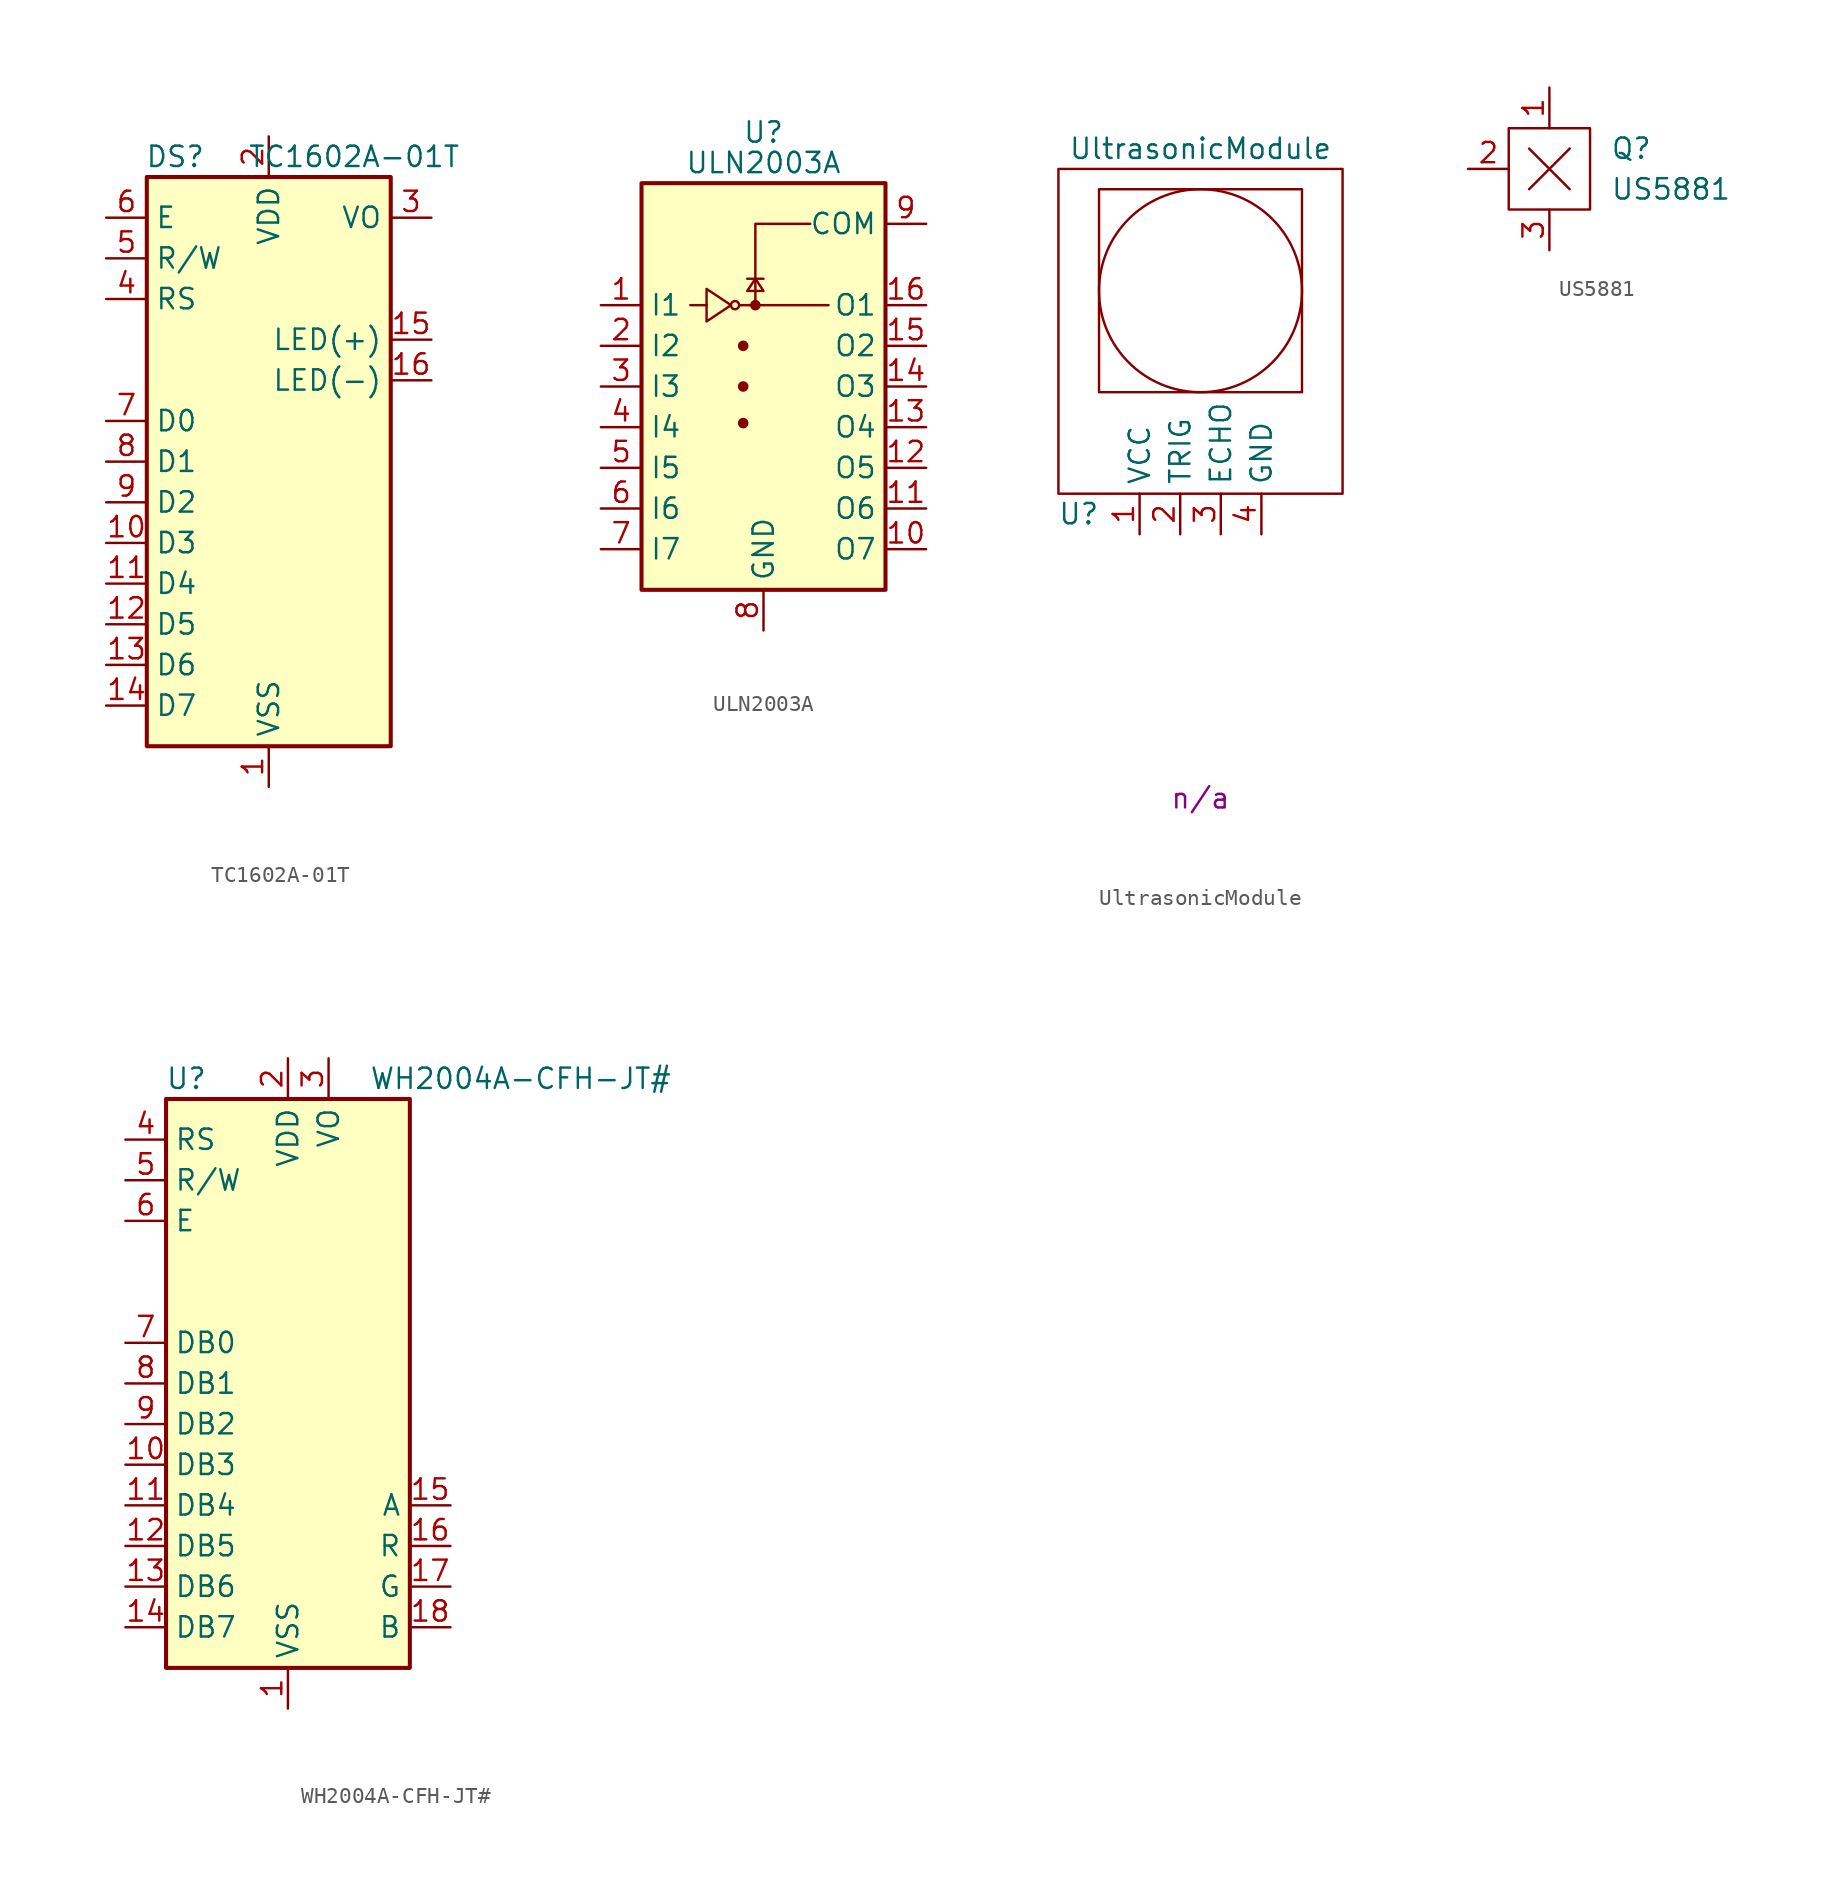
<source format=kicad_sym>
(kicad_symbol_lib
  (version 20211014)
  (generator kicad_symbol_editor)
  (symbol "TC1602A-01T"
    (property "Reference" "DS"
      (at -5.842 19.05 0)
      (effects (font (size 1.27 1.27))))
    (property "Value" "TC1602A-01T"
      (at 5.334 19.05 0)
      (effects (font (size 1.27 1.27))))
    (symbol "TC1602A-01T_1_1"
      (rectangle (start -7.62 17.78) (end 7.62 -17.78) (stroke (width 0.254) (type default) (color 0 0 0 0)) (fill (type background)))
      (pin power_in line (at 0 -20.32 90) (length 2.54) (name "VSS" (effects (font (size 1.27 1.27)))) (number "1" (effects (font (size 1.27 1.27)))))
      (pin input line (at -10.16 -5.08 0) (length 2.54) (name "D3" (effects (font (size 1.27 1.27)))) (number "10" (effects (font (size 1.27 1.27)))))
      (pin input line (at -10.16 -7.62 0) (length 2.54) (name "D4" (effects (font (size 1.27 1.27)))) (number "11" (effects (font (size 1.27 1.27)))))
      (pin input line (at -10.16 -10.16 0) (length 2.54) (name "D5" (effects (font (size 1.27 1.27)))) (number "12" (effects (font (size 1.27 1.27)))))
      (pin input line (at -10.16 -12.7 0) (length 2.54) (name "D6" (effects (font (size 1.27 1.27)))) (number "13" (effects (font (size 1.27 1.27)))))
      (pin input line (at -10.16 -15.24 0) (length 2.54) (name "D7" (effects (font (size 1.27 1.27)))) (number "14" (effects (font (size 1.27 1.27)))))
      (pin power_in line (at 10.16 7.62 180) (length 2.54) (name "LED(+)" (effects (font (size 1.27 1.27)))) (number "15" (effects (font (size 1.27 1.27)))))
      (pin power_in line (at 10.16 5.08 180) (length 2.54) (name "LED(-)" (effects (font (size 1.27 1.27)))) (number "16" (effects (font (size 1.27 1.27)))))
      (pin power_in line (at 0 20.32 270) (length 2.54) (name "VDD" (effects (font (size 1.27 1.27)))) (number "2" (effects (font (size 1.27 1.27)))))
      (pin input line (at 10.16 15.24 180) (length 2.54) (name "VO" (effects (font (size 1.27 1.27)))) (number "3" (effects (font (size 1.27 1.27)))))
      (pin input line (at -10.16 10.16 0) (length 2.54) (name "RS" (effects (font (size 1.27 1.27)))) (number "4" (effects (font (size 1.27 1.27)))))
      (pin input line (at -10.16 12.7 0) (length 2.54) (name "R/W" (effects (font (size 1.27 1.27)))) (number "5" (effects (font (size 1.27 1.27)))))
      (pin input line (at -10.16 15.24 0) (length 2.54) (name "E" (effects (font (size 1.27 1.27)))) (number "6" (effects (font (size 1.27 1.27)))))
      (pin input line (at -10.16 2.54 0) (length 2.54) (name "D0" (effects (font (size 1.27 1.27)))) (number "7" (effects (font (size 1.27 1.27)))))
      (pin input line (at -10.16 0 0) (length 2.54) (name "D1" (effects (font (size 1.27 1.27)))) (number "8" (effects (font (size 1.27 1.27)))))
      (pin input line (at -10.16 -2.54 0) (length 2.54) (name "D2" (effects (font (size 1.27 1.27)))) (number "9" (effects (font (size 1.27 1.27)))))))
  (symbol "ULN2003A"
    (property "Reference" "U"
      (at 0 15.875 0)
      (effects (font (size 1.27 1.27))))
    (property "Value" "ULN2003A"
      (at 0 13.97 0)
      (effects (font (size 1.27 1.27))))
    (symbol "ULN2003A_0_1"
      (rectangle (start -7.62 -12.7) (end 7.62 12.7) (stroke (width 0.254) (type default) (color 0 0 0 0)) (fill (type background)))
      (circle (center -1.778 5.08) (radius 0.254) (stroke (width 0) (type default) (color 0 0 0 0)) (fill (type none)))
      (circle (center -1.27 -2.286) (radius 0.254) (stroke (width 0) (type default) (color 0 0 0 0)) (fill (type outline)))
      (circle (center -1.27 0) (radius 0.254) (stroke (width 0) (type default) (color 0 0 0 0)) (fill (type outline)))
      (circle (center -1.27 2.54) (radius 0.254) (stroke (width 0) (type default) (color 0 0 0 0)) (fill (type outline)))
      (circle (center -0.508 5.08) (radius 0.254) (stroke (width 0) (type default) (color 0 0 0 0)) (fill (type outline)))
      (polyline (pts (xy -4.572 5.08) (xy -3.556 5.08)) (stroke (width 0) (type default) (color 0 0 0 0)) (fill (type none)))
      (polyline (pts (xy -1.524 5.08) (xy 4.064 5.08)) (stroke (width 0) (type default) (color 0 0 0 0)) (fill (type none)))
      (polyline (pts (xy 0 6.731) (xy -1.016 6.731)) (stroke (width 0) (type default) (color 0 0 0 0)) (fill (type none)))
      (polyline (pts (xy -0.508 5.08) (xy -0.508 10.16) (xy 2.921 10.16)) (stroke (width 0) (type default) (color 0 0 0 0)) (fill (type none)))
      (polyline (pts (xy -3.556 6.096) (xy -3.556 4.064) (xy -2.032 5.08) (xy -3.556 6.096)) (stroke (width 0) (type default) (color 0 0 0 0)) (fill (type none)))
      (polyline (pts (xy 0 5.969) (xy -1.016 5.969) (xy -0.508 6.731) (xy 0 5.969)) (stroke (width 0) (type default) (color 0 0 0 0)) (fill (type none))))
    (symbol "ULN2003A_1_1"
      (pin input line (at -10.16 5.08 0) (length 2.54) (name "I1" (effects (font (size 1.27 1.27)))) (number "1" (effects (font (size 1.27 1.27)))))
      (pin open_collector line (at 10.16 -10.16 180) (length 2.54) (name "O7" (effects (font (size 1.27 1.27)))) (number "10" (effects (font (size 1.27 1.27)))))
      (pin open_collector line (at 10.16 -7.62 180) (length 2.54) (name "O6" (effects (font (size 1.27 1.27)))) (number "11" (effects (font (size 1.27 1.27)))))
      (pin open_collector line (at 10.16 -5.08 180) (length 2.54) (name "O5" (effects (font (size 1.27 1.27)))) (number "12" (effects (font (size 1.27 1.27)))))
      (pin open_collector line (at 10.16 -2.54 180) (length 2.54) (name "O4" (effects (font (size 1.27 1.27)))) (number "13" (effects (font (size 1.27 1.27)))))
      (pin open_collector line (at 10.16 0 180) (length 2.54) (name "O3" (effects (font (size 1.27 1.27)))) (number "14" (effects (font (size 1.27 1.27)))))
      (pin open_collector line (at 10.16 2.54 180) (length 2.54) (name "O2" (effects (font (size 1.27 1.27)))) (number "15" (effects (font (size 1.27 1.27)))))
      (pin open_collector line (at 10.16 5.08 180) (length 2.54) (name "O1" (effects (font (size 1.27 1.27)))) (number "16" (effects (font (size 1.27 1.27)))))
      (pin input line (at -10.16 2.54 0) (length 2.54) (name "I2" (effects (font (size 1.27 1.27)))) (number "2" (effects (font (size 1.27 1.27)))))
      (pin input line (at -10.16 0 0) (length 2.54) (name "I3" (effects (font (size 1.27 1.27)))) (number "3" (effects (font (size 1.27 1.27)))))
      (pin input line (at -10.16 -2.54 0) (length 2.54) (name "I4" (effects (font (size 1.27 1.27)))) (number "4" (effects (font (size 1.27 1.27)))))
      (pin input line (at -10.16 -5.08 0) (length 2.54) (name "I5" (effects (font (size 1.27 1.27)))) (number "5" (effects (font (size 1.27 1.27)))))
      (pin input line (at -10.16 -7.62 0) (length 2.54) (name "I6" (effects (font (size 1.27 1.27)))) (number "6" (effects (font (size 1.27 1.27)))))
      (pin input line (at -10.16 -10.16 0) (length 2.54) (name "I7" (effects (font (size 1.27 1.27)))) (number "7" (effects (font (size 1.27 1.27)))))
      (pin power_in line (at 0 -15.24 90) (length 2.54) (name "GND" (effects (font (size 1.27 1.27)))) (number "8" (effects (font (size 1.27 1.27)))))
      (pin passive line (at 10.16 10.16 180) (length 2.54) (name "COM" (effects (font (size 1.27 1.27)))) (number "9" (effects (font (size 1.27 1.27)))))))
  (symbol "UltrasonicModule"
    (property "Reference" "U"
      (at -7.62 -10.16 0)
      (effects (font (size 1.27 1.27))))
    (property "Value" "UltrasonicModule"
      (at 0 12.7 0)
      (effects (font (size 1.27 1.27))))
    (property "Digikey PN" "n/a"
      (at 0 -27.94 0)
      (effects (font (size 1.27 1.27))))
    (symbol "UltrasonicModule_0_1"
      (rectangle (start -8.89 11.43) (end 8.89 -8.89) (stroke (width 0) (type default) (color 0 0 0 0)) (fill (type none)))
      (rectangle (start -6.35 10.16) (end 6.35 -2.54) (stroke (width 0) (type default) (color 0 0 0 0)) (fill (type none)))
      (circle (center 0 3.81) (radius 6.35) (stroke (width 0) (type default) (color 0 0 0 0)) (fill (type none))))
    (symbol "UltrasonicModule_1_1"
      (pin power_in line (at -3.81 -11.43 90) (length 2.54) (name "VCC" (effects (font (size 1.27 1.27)))) (number "1" (effects (font (size 1.27 1.27)))))
      (pin input line (at -1.27 -11.43 90) (length 2.54) (name "TRIG" (effects (font (size 1.27 1.27)))) (number "2" (effects (font (size 1.27 1.27)))))
      (pin output line (at 1.27 -11.43 90) (length 2.54) (name "ECHO" (effects (font (size 1.27 1.27)))) (number "3" (effects (font (size 1.27 1.27)))))
      (pin power_in line (at 3.81 -11.43 90) (length 2.54) (name "GND" (effects (font (size 1.27 1.27)))) (number "4" (effects (font (size 1.27 1.27)))))))
  (symbol "US5881"
    (pin_names
      (offset 0) hide)
    (property "Reference" "Q"
      (at 3.81 1.27 0)
      (effects (font (size 1.27 1.27)) (justify left)))
    (property "Value" "US5881"
      (at 3.81 -1.27 0)
      (effects (font (size 1.27 1.27)) (justify left)))
    (symbol "US5881_0_1"
      (rectangle (start -2.54 2.54) (end 2.54 -2.54) (stroke (width 0) (type default) (color 0 0 0 0)) (fill (type none)))
      (polyline (pts (xy -1.27 -1.27) (xy 1.27 1.27)) (stroke (width 0) (type default) (color 0 0 0 0)) (fill (type none)))
      (polyline (pts (xy -1.27 1.27) (xy 1.27 -1.27)) (stroke (width 0) (type default) (color 0 0 0 0)) (fill (type none))))
    (symbol "US5881_1_1"
      (pin power_in line (at 0 5.08 270) (length 2.54) (name "VDD" (effects (font (size 1.27 1.27)))) (number "1" (effects (font (size 1.27 1.27)))))
      (pin input line (at -5.08 0 0) (length 2.54) (name "B" (effects (font (size 1.27 1.27)))) (number "2" (effects (font (size 1.27 1.27)))))
      (pin power_in line (at 0 -5.08 90) (length 2.54) (name "GND" (effects (font (size 1.27 1.27)))) (number "3" (effects (font (size 1.27 1.27)))))))
  (symbol "WH2004A-CFH-JT#"
    (property "Reference" "U"
      (at -6.35 19.05 0)
      (effects (font (size 1.27 1.27))))
    (property "Value" "WH2004A-CFH-JT#"
      (at 5.08 19.05 0)
      (effects (font (size 1.27 1.27)) (justify left)))
    (symbol "WH2004A-CFH-JT#_0_1"
      (rectangle (start -7.62 17.78) (end 7.62 -17.78) (stroke (width 0.254) (type default) (color 0 0 0 0)) (fill (type background))))
    (symbol "WH2004A-CFH-JT#_1_1"
      (pin power_in line (at 0 -20.32 90) (length 2.54) (name "VSS" (effects (font (size 1.27 1.27)))) (number "1" (effects (font (size 1.27 1.27)))))
      (pin bidirectional line (at -10.16 -5.08 0) (length 2.54) (name "DB3" (effects (font (size 1.27 1.27)))) (number "10" (effects (font (size 1.27 1.27)))))
      (pin bidirectional line (at -10.16 -7.62 0) (length 2.54) (name "DB4" (effects (font (size 1.27 1.27)))) (number "11" (effects (font (size 1.27 1.27)))))
      (pin bidirectional line (at -10.16 -10.16 0) (length 2.54) (name "DB5" (effects (font (size 1.27 1.27)))) (number "12" (effects (font (size 1.27 1.27)))))
      (pin bidirectional line (at -10.16 -12.7 0) (length 2.54) (name "DB6" (effects (font (size 1.27 1.27)))) (number "13" (effects (font (size 1.27 1.27)))))
      (pin bidirectional line (at -10.16 -15.24 0) (length 2.54) (name "DB7" (effects (font (size 1.27 1.27)))) (number "14" (effects (font (size 1.27 1.27)))))
      (pin passive line (at 10.16 -7.62 180) (length 2.54) (name "A" (effects (font (size 1.27 1.27)))) (number "15" (effects (font (size 1.27 1.27)))))
      (pin passive line (at 10.16 -10.16 180) (length 2.54) (name "R" (effects (font (size 1.27 1.27)))) (number "16" (effects (font (size 1.27 1.27)))))
      (pin passive line (at 10.16 -12.7 180) (length 2.54) (name "G" (effects (font (size 1.27 1.27)))) (number "17" (effects (font (size 1.27 1.27)))))
      (pin passive line (at 10.16 -15.24 180) (length 2.54) (name "B" (effects (font (size 1.27 1.27)))) (number "18" (effects (font (size 1.27 1.27)))))
      (pin power_in line (at 0 20.32 270) (length 2.54) (name "VDD" (effects (font (size 1.27 1.27)))) (number "2" (effects (font (size 1.27 1.27)))))
      (pin power_in line (at 2.54 20.32 270) (length 2.54) (name "VO" (effects (font (size 1.27 1.27)))) (number "3" (effects (font (size 1.27 1.27)))))
      (pin input line (at -10.16 15.24 0) (length 2.54) (name "RS" (effects (font (size 1.27 1.27)))) (number "4" (effects (font (size 1.27 1.27)))))
      (pin input line (at -10.16 12.7 0) (length 2.54) (name "R/W" (effects (font (size 1.27 1.27)))) (number "5" (effects (font (size 1.27 1.27)))))
      (pin input line (at -10.16 10.16 0) (length 2.54) (name "E" (effects (font (size 1.27 1.27)))) (number "6" (effects (font (size 1.27 1.27)))))
      (pin bidirectional line (at -10.16 2.54 0) (length 2.54) (name "DB0" (effects (font (size 1.27 1.27)))) (number "7" (effects (font (size 1.27 1.27)))))
      (pin bidirectional line (at -10.16 0 0) (length 2.54) (name "DB1" (effects (font (size 1.27 1.27)))) (number "8" (effects (font (size 1.27 1.27)))))
      (pin bidirectional line (at -10.16 -2.54 0) (length 2.54) (name "DB2" (effects (font (size 1.27 1.27)))) (number "9" (effects (font (size 1.27 1.27))))))))
</source>
